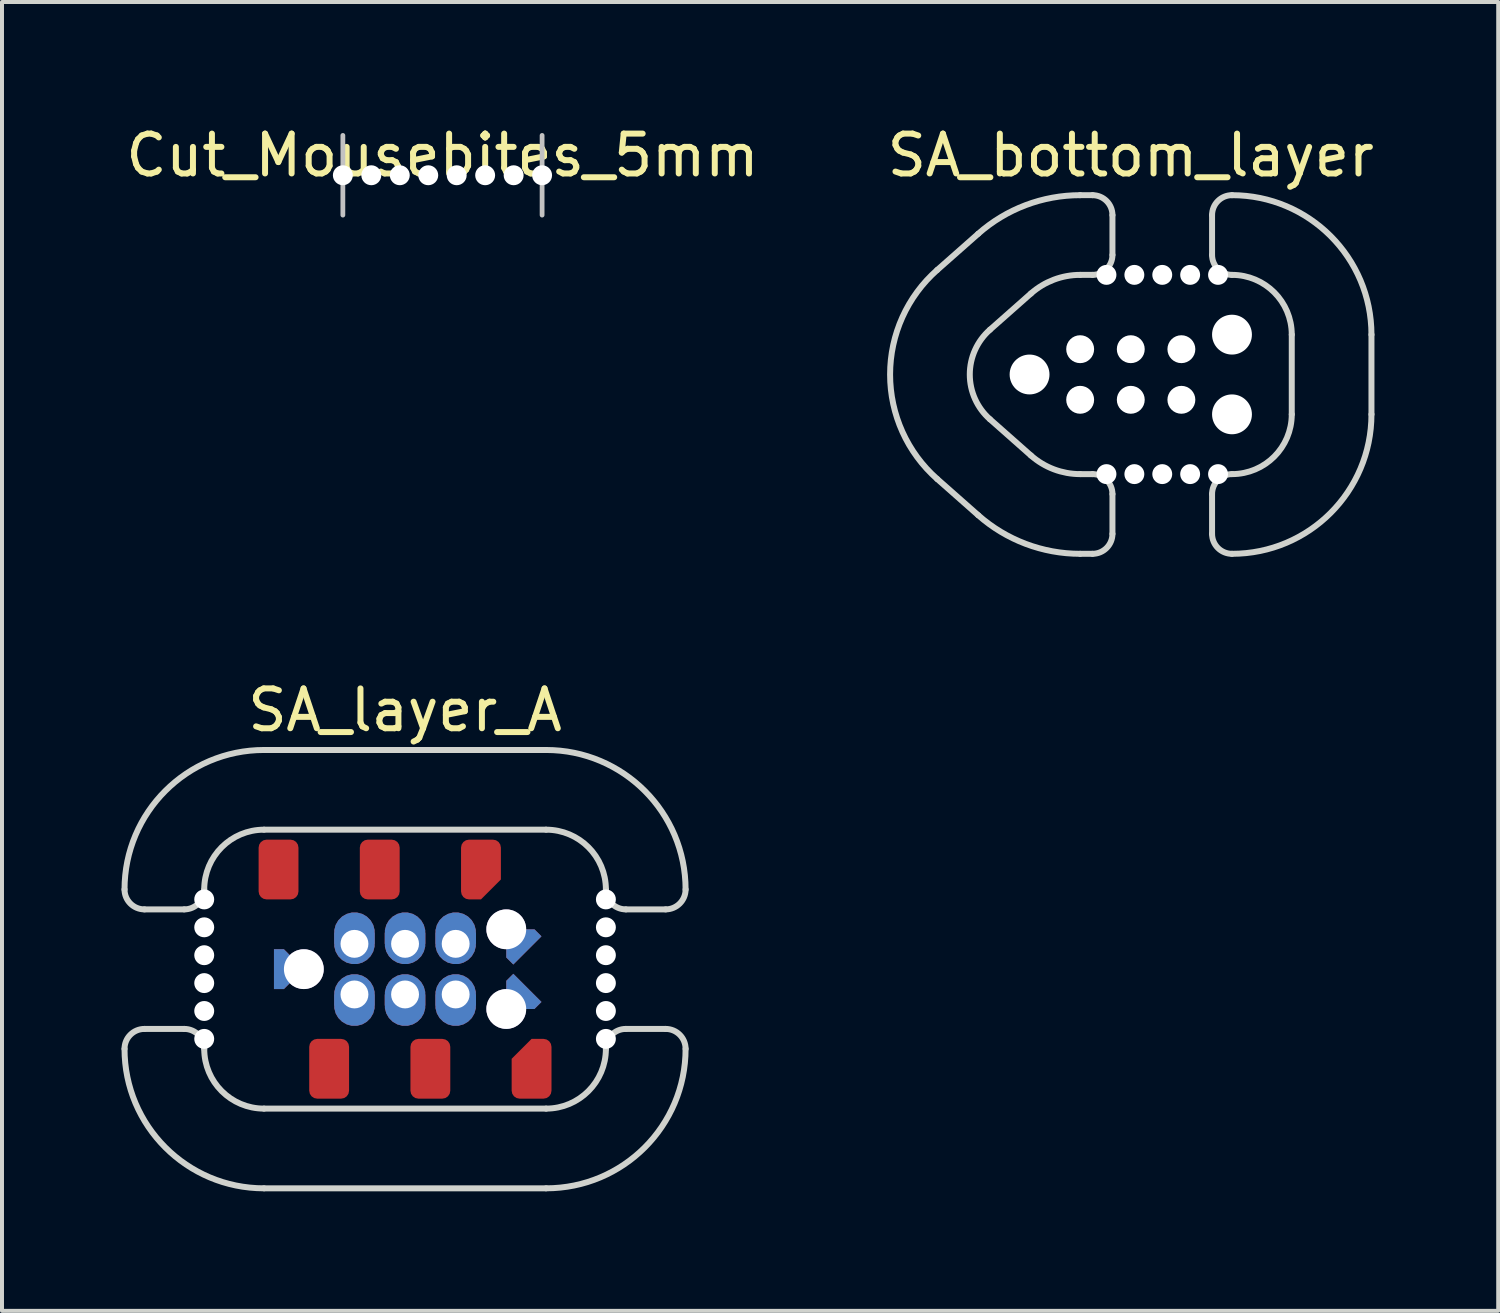
<source format=kicad_pcb>
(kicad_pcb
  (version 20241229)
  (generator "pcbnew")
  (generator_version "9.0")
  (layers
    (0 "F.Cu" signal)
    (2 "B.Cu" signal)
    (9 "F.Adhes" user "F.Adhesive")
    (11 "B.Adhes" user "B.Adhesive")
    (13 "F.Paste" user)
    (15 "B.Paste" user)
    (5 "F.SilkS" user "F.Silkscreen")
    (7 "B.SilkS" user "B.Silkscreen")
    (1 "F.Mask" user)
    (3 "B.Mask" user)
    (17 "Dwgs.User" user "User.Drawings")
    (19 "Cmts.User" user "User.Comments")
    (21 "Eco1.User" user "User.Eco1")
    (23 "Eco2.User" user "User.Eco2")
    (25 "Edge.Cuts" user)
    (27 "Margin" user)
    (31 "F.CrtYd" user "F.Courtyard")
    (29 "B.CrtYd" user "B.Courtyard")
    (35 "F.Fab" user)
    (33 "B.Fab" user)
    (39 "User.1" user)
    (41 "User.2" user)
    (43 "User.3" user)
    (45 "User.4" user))
  (footprint "Cut_Mousebites_5mm"
    (layer "F.Cu")
    (at 8.054 1.348)
    (property "Reference" "Cut_Mousebites_5mm" (at 0 -0.5 0) (unlocked yes) (layer "F.SilkS") (effects (font (size 1 1) (thickness 0.15))))
    (attr smd)
    (fp_line (start -2.5 -1) (end -2.5 1) (stroke (width 0.12) (type solid)) (layer "Dwgs.User"))
    (fp_line (start 2.5 -1) (end 2.5 1) (stroke (width 0.12) (type solid)) (layer "Dwgs.User"))
    (pad "" np_thru_hole circle (at -2.5 0) (size 0.5 0.5) (drill 0.5) (layers "*.Cu" "*.Mask"))
    (pad "" np_thru_hole circle (at -1.786 0) (size 0.5 0.5) (drill 0.5) (layers "*.Cu" "*.Mask"))
    (pad "" np_thru_hole circle (at -1.071 0) (size 0.5 0.5) (drill 0.5) (layers "*.Cu" "*.Mask"))
    (pad "" np_thru_hole circle (at -0.357 0) (size 0.5 0.5) (drill 0.5) (layers "*.Cu" "*.Mask"))
    (pad "" np_thru_hole circle (at 0.357 0) (size 0.5 0.5) (drill 0.5) (layers "*.Cu" "*.Mask"))
    (pad "" np_thru_hole circle (at 1.071 0) (size 0.5 0.5) (drill 0.5) (layers "*.Cu" "*.Mask"))
    (pad "" np_thru_hole circle (at 1.786 0) (size 0.5 0.5) (drill 0.5) (layers "*.Cu" "*.Mask"))
    (pad "" np_thru_hole circle (at 2.5 0) (size 0.5 0.5) (drill 0.5) (layers "*.Cu" "*.Mask")))
  (footprint "SA_bottom_layer"
    (layer "F.Cu")
    (at 25.327 6.348)
    (property "Reference" "SA_bottom_layer" (at 0 -5.5 0) (unlocked yes) (layer "F.SilkS") (effects (font (size 1 1) (thickness 0.15))))
    (attr smd)
    (fp_line (start -4.857 2.623) (end -3.829 3.531) (stroke (width 0.15) (type solid)) (layer "Edge.Cuts"))
    (fp_line (start -3.829 -3.531) (end -4.857 -2.623) (stroke (width 0.15) (type solid)) (layer "Edge.Cuts"))
    (fp_line (start -3.533 1.124) (end -2.505 2.033) (stroke (width 0.15) (type solid)) (layer "Edge.Cuts"))
    (fp_line (start -2.505 -2.033) (end -3.533 -1.124) (stroke (width 0.15) (type solid)) (layer "Edge.Cuts"))
    (fp_line (start -0.96 -4.5) (end -1.27 -4.5) (stroke (width 0.15) (type solid)) (layer "Edge.Cuts"))
    (fp_line (start -0.96 -2.5) (end -1.27 -2.5) (stroke (width 0.15) (type solid)) (layer "Edge.Cuts"))
    (fp_line (start -0.96 2.5) (end -1.27 2.5) (stroke (width 0.15) (type solid)) (layer "Edge.Cuts"))
    (fp_line (start -0.96 4.5) (end -1.27 4.5) (stroke (width 0.15) (type solid)) (layer "Edge.Cuts"))
    (fp_line (start -0.46 -3) (end -0.46 -4) (stroke (width 0.15) (type solid)) (layer "Edge.Cuts"))
    (fp_line (start -0.46 3) (end -0.46 4) (stroke (width 0.15) (type solid)) (layer "Edge.Cuts"))
    (fp_line (start 2.04 -3) (end 2.04 -4) (stroke (width 0.15) (type solid)) (layer "Edge.Cuts"))
    (fp_line (start 2.04 4) (end 2.04 3) (stroke (width 0.15) (type solid)) (layer "Edge.Cuts"))
    (fp_line (start 4.04 -1) (end 4.04 1) (stroke (width 0.15) (type solid)) (layer "Edge.Cuts"))
    (fp_line (start 6.04 1) (end 6.04 -1) (stroke (width 0.15) (type solid)) (layer "Edge.Cuts"))
    (fp_arc (start -4.857373 2.622934) (mid -6.04 0) (end -4.857373 -2.622934) (stroke (width 0.15) (type solid)) (layer "Edge.Cuts"))
    (fp_arc (start -3.829041 -3.531469) (mid -2.638096 -4.249767) (end -1.27 -4.5) (stroke (width 0.15) (type solid)) (layer "Edge.Cuts"))
    (fp_arc (start -3.53316 1.124115) (mid -4.04 0) (end -3.53316 -1.124115) (stroke (width 0.15) (type solid)) (layer "Edge.Cuts"))
    (fp_arc (start -2.504829 -2.032649) (mid -1.930155 -2.379254) (end -1.27 -2.5) (stroke (width 0.15) (type solid)) (layer "Edge.Cuts"))
    (fp_arc (start -1.27 2.5) (mid -1.930155 2.379254) (end -2.504829 2.032649) (stroke (width 0.15) (type solid)) (layer "Edge.Cuts"))
    (fp_arc (start -1.27 4.5) (mid -2.638096 4.249767) (end -3.829041 3.531469) (stroke (width 0.15) (type solid)) (layer "Edge.Cuts"))
    (fp_arc (start -0.96 -4.5) (mid -0.606447 -4.353553) (end -0.46 -4) (stroke (width 0.15) (type solid)) (layer "Edge.Cuts"))
    (fp_arc (start -0.96 2.5) (mid -0.606447 2.646447) (end -0.46 3) (stroke (width 0.15) (type solid)) (layer "Edge.Cuts"))
    (fp_arc (start -0.46 -3) (mid -0.606447 -2.646447) (end -0.96 -2.5) (stroke (width 0.15) (type solid)) (layer "Edge.Cuts"))
    (fp_arc (start -0.46 4) (mid -0.606447 4.353553) (end -0.96 4.5) (stroke (width 0.15) (type solid)) (layer "Edge.Cuts"))
    (fp_arc (start 2.04 -4) (mid 2.186447 -4.353553) (end 2.54 -4.5) (stroke (width 0.15) (type solid)) (layer "Edge.Cuts"))
    (fp_arc (start 2.04 3) (mid 2.186447 2.646447) (end 2.54 2.5) (stroke (width 0.15) (type solid)) (layer "Edge.Cuts"))
    (fp_arc (start 2.54 -4.5) (mid 5.014874 -3.474874) (end 6.04 -1) (stroke (width 0.15) (type solid)) (layer "Edge.Cuts"))
    (fp_arc (start 2.54 -2.5) (mid 2.186447 -2.646447) (end 2.04 -3) (stroke (width 0.15) (type solid)) (layer "Edge.Cuts"))
    (fp_arc (start 2.54 -2.5) (mid 3.60066 -2.06066) (end 4.04 -1) (stroke (width 0.15) (type solid)) (layer "Edge.Cuts"))
    (fp_arc (start 2.54 4.5) (mid 2.186447 4.353553) (end 2.04 4) (stroke (width 0.15) (type solid)) (layer "Edge.Cuts"))
    (fp_arc (start 4.04 1) (mid 3.60066 2.06066) (end 2.54 2.5) (stroke (width 0.15) (type solid)) (layer "Edge.Cuts"))
    (fp_arc (start 6.04 1) (mid 5.014874 3.474874) (end 2.54 4.5) (stroke (width 0.15) (type solid)) (layer "Edge.Cuts"))
    (pad "" np_thru_hole circle (at -2.54 0) (size 1 1) (drill 1) (layers "*.Cu" "*.Mask"))
    (pad "" np_thru_hole circle (at -1.27 -0.635) (size 0.7 0.7) (drill 0.7) (layers "*.Cu" "*.Mask"))
    (pad "" np_thru_hole circle (at -1.27 0.635) (size 0.7 0.7) (drill 0.7) (layers "*.Cu" "*.Mask"))
    (pad "" np_thru_hole circle (at -0.61 -2.5) (size 0.5 0.5) (drill 0.5) (layers "*.Cu" "*.Mask"))
    (pad "" np_thru_hole circle (at -0.61 2.5 180) (size 0.5 0.5) (drill 0.5) (layers "*.Cu" "*.Mask"))
    (pad "" np_thru_hole circle (at 0 -0.635) (size 0.7 0.7) (drill 0.7) (layers "*.Cu" "*.Mask"))
    (pad "" np_thru_hole circle (at 0 0.635) (size 0.7 0.7) (drill 0.7) (layers "*.Cu" "*.Mask"))
    (pad "" np_thru_hole circle (at 0.09 -2.5) (size 0.5 0.5) (drill 0.5) (layers "*.Cu" "*.Mask"))
    (pad "" np_thru_hole circle (at 0.09 2.5 180) (size 0.5 0.5) (drill 0.5) (layers "*.Cu" "*.Mask"))
    (pad "" np_thru_hole circle (at 0.79 -2.5) (size 0.5 0.5) (drill 0.5) (layers "*.Cu" "*.Mask"))
    (pad "" np_thru_hole circle (at 0.79 2.5 180) (size 0.5 0.5) (drill 0.5) (layers "*.Cu" "*.Mask"))
    (pad "" np_thru_hole circle (at 1.27 -0.635) (size 0.7 0.7) (drill 0.7) (layers "*.Cu" "*.Mask"))
    (pad "" np_thru_hole circle (at 1.27 0.635) (size 0.7 0.7) (drill 0.7) (layers "*.Cu" "*.Mask"))
    (pad "" np_thru_hole circle (at 1.49 -2.5) (size 0.5 0.5) (drill 0.5) (layers "*.Cu" "*.Mask"))
    (pad "" np_thru_hole circle (at 1.49 2.5 180) (size 0.5 0.5) (drill 0.5) (layers "*.Cu" "*.Mask"))
    (pad "" np_thru_hole circle (at 2.19 -2.5) (size 0.5 0.5) (drill 0.5) (layers "*.Cu" "*.Mask"))
    (pad "" np_thru_hole circle (at 2.19 2.5 180) (size 0.5 0.5) (drill 0.5) (layers "*.Cu" "*.Mask"))
    (pad "" np_thru_hole circle (at 2.54 -1) (size 1 1) (drill 1) (layers "*.Cu" "*.Mask"))
    (pad "" np_thru_hole circle (at 2.54 1) (size 1 1) (drill 1) (layers "*.Cu" "*.Mask")))
  (footprint "SA_layer_A"
    (layer "F.Cu")
    (at 7.115 21.271)
    (property "Reference" "SA_layer_A" (at 0 -6.5 0) (unlocked yes) (layer "F.SilkS") (effects (font (size 1 1) (thickness 0.15))))
    (attr smd)
    (fp_line (start -6.54 -1.5) (end -5.54 -1.5) (stroke (width 0.15) (type solid)) (layer "Edge.Cuts"))
    (fp_line (start -5.54 1.5) (end -6.54 1.5) (stroke (width 0.15) (type solid)) (layer "Edge.Cuts"))
    (fp_line (start 3.54 -5.5) (end -3.54 -5.5) (stroke (width 0.15) (type solid)) (layer "Edge.Cuts"))
    (fp_line (start 3.54 -3.5) (end -3.54 -3.5) (stroke (width 0.15) (type solid)) (layer "Edge.Cuts"))
    (fp_line (start 3.54 3.5) (end -3.54 3.5) (stroke (width 0.15) (type solid)) (layer "Edge.Cuts"))
    (fp_line (start 3.54 5.5) (end -3.54 5.5) (stroke (width 0.15) (type solid)) (layer "Edge.Cuts"))
    (fp_line (start 5.54 -1.5) (end 6.54 -1.5) (stroke (width 0.15) (type solid)) (layer "Edge.Cuts"))
    (fp_line (start 6.54 1.5) (end 5.54 1.5) (stroke (width 0.15) (type solid)) (layer "Edge.Cuts"))
    (fp_arc (start -7.04 -2) (mid -6.014874 -4.474874) (end -3.54 -5.5) (stroke (width 0.15) (type solid)) (layer "Edge.Cuts"))
    (fp_arc (start -7.04 2) (mid -6.893553 1.646447) (end -6.54 1.5) (stroke (width 0.15) (type solid)) (layer "Edge.Cuts"))
    (fp_arc (start -6.54 -1.5) (mid -6.893553 -1.646447) (end -7.04 -2) (stroke (width 0.15) (type solid)) (layer "Edge.Cuts"))
    (fp_arc (start -5.54 1.5) (mid -5.186447 1.646447) (end -5.04 2) (stroke (width 0.15) (type solid)) (layer "Edge.Cuts"))
    (fp_arc (start -5.04 -2) (mid -5.186447 -1.646447) (end -5.54 -1.5) (stroke (width 0.15) (type solid)) (layer "Edge.Cuts"))
    (fp_arc (start -5.04 -2) (mid -4.60066 -3.06066) (end -3.54 -3.5) (stroke (width 0.15) (type solid)) (layer "Edge.Cuts"))
    (fp_arc (start -3.54 3.5) (mid -4.60066 3.06066) (end -5.04 2) (stroke (width 0.15) (type solid)) (layer "Edge.Cuts"))
    (fp_arc (start -3.54 5.5) (mid -6.014874 4.474874) (end -7.04 2) (stroke (width 0.15) (type solid)) (layer "Edge.Cuts"))
    (fp_arc (start 3.54 -5.5) (mid 6.014874 -4.474874) (end 7.04 -2) (stroke (width 0.15) (type solid)) (layer "Edge.Cuts"))
    (fp_arc (start 3.54 -3.5) (mid 4.60066 -3.06066) (end 5.04 -2) (stroke (width 0.15) (type solid)) (layer "Edge.Cuts"))
    (fp_arc (start 5.04 2) (mid 4.60066 3.06066) (end 3.54 3.5) (stroke (width 0.15) (type solid)) (layer "Edge.Cuts"))
    (fp_arc (start 5.04 2) (mid 5.186447 1.646447) (end 5.54 1.5) (stroke (width 0.15) (type solid)) (layer "Edge.Cuts"))
    (fp_arc (start 5.54 -1.5) (mid 5.186447 -1.646447) (end 5.04 -2) (stroke (width 0.15) (type solid)) (layer "Edge.Cuts"))
    (fp_arc (start 6.54 1.5) (mid 6.893553 1.646447) (end 7.04 2) (stroke (width 0.15) (type solid)) (layer "Edge.Cuts"))
    (fp_arc (start 7.04 -2) (mid 6.893553 -1.646447) (end 6.54 -1.5) (stroke (width 0.15) (type solid)) (layer "Edge.Cuts"))
    (fp_arc (start 7.04 2) (mid 6.014874 4.474874) (end 3.54 5.5) (stroke (width 0.15) (type solid)) (layer "Edge.Cuts"))
    (pad "" np_thru_hole circle (at -5.04 -1.75 180) (size 0.5 0.5) (drill 0.5) (layers "*.Cu" "*.Mask"))
    (pad "" np_thru_hole circle (at -5.04 -1.05 180) (size 0.5 0.5) (drill 0.5) (layers "*.Cu" "*.Mask"))
    (pad "" np_thru_hole circle (at -5.04 -0.35 180) (size 0.5 0.5) (drill 0.5) (layers "*.Cu" "*.Mask"))
    (pad "" np_thru_hole circle (at -5.04 0.35 180) (size 0.5 0.5) (drill 0.5) (layers "*.Cu" "*.Mask"))
    (pad "" np_thru_hole circle (at -5.04 1.05 180) (size 0.5 0.5) (drill 0.5) (layers "*.Cu" "*.Mask"))
    (pad "" np_thru_hole circle (at -5.04 1.75 180) (size 0.5 0.5) (drill 0.5) (layers "*.Cu" "*.Mask"))
    (pad "" np_thru_hole circle (at 5.04 -1.75) (size 0.5 0.5) (drill 0.5) (layers "*.Cu" "*.Mask"))
    (pad "" np_thru_hole circle (at 5.04 -1.05) (size 0.5 0.5) (drill 0.5) (layers "*.Cu" "*.Mask"))
    (pad "" np_thru_hole circle (at 5.04 -0.35) (size 0.5 0.5) (drill 0.5) (layers "*.Cu" "*.Mask"))
    (pad "" np_thru_hole circle (at 5.04 0.35) (size 0.5 0.5) (drill 0.5) (layers "*.Cu" "*.Mask"))
    (pad "" np_thru_hole circle (at 5.04 1.05) (size 0.5 0.5) (drill 0.5) (layers "*.Cu" "*.Mask"))
    (pad "" np_thru_hole circle (at 5.04 1.75) (size 0.5 0.5) (drill 0.5) (layers "*.Cu" "*.Mask"))
    (pad "1" smd roundrect (at -1.905 2.5 90) (size 1.5 1) (layers "F.Cu" "F.Mask" "F.Paste") (roundrect_rratio 0.2))
    (pad "1" thru_hole custom (at -1.27 0.635 270) (size 1.02 1.02) (drill 0.7) (layers "*.Cu" "*.Mask") (options (anchor circle)) (primitives (gr_circle (center 0.28 0) (end 0.79 0) (width 0) (fill yes)) (gr_poly (pts (xy 0 0.51) (xy 0.28 0.51) (xy 0.28 -0.51) (xy 0 -0.51)) (width 0) (fill yes))))
    (pad "2" smd roundrect (at -3.175 -2.5 90) (size 1.5 1) (layers "F.Cu" "F.Mask" "F.Paste") (roundrect_rratio 0.2))
    (pad "2" thru_hole custom (at -1.27 -0.635 90) (size 1.02 1.02) (drill 0.7) (layers "*.Cu" "*.Mask") (options (anchor circle)) (primitives (gr_circle (center 0.28 0) (end 0.79 0) (width 0) (fill yes)) (gr_poly (pts (xy 0 0.51) (xy 0.28 0.51) (xy 0.28 -0.51) (xy 0 -0.51)) (width 0) (fill yes))))
    (pad "3" thru_hole custom (at 0 0.635 270) (size 1.02 1.02) (drill 0.7) (layers "*.Cu" "*.Mask") (options (anchor circle)) (primitives (gr_circle (center 0.28 0) (end 0.79 0) (width 0) (fill yes)) (gr_poly (pts (xy 0 0.51) (xy 0.28 0.51) (xy 0.28 -0.51) (xy 0 -0.51)) (width 0) (fill yes))))
    (pad "3" smd roundrect (at 0.635 2.5 90) (size 1.5 1) (layers "F.Cu" "F.Mask" "F.Paste") (roundrect_rratio 0.2))
    (pad "4" smd roundrect (at -0.635 -2.5 90) (size 1.5 1) (layers "F.Cu" "F.Mask" "F.Paste") (roundrect_rratio 0.2))
    (pad "4" thru_hole custom (at 0 -0.635 90) (size 1.02 1.02) (drill 0.7) (layers "*.Cu" "*.Mask") (options (anchor circle)) (primitives (gr_circle (center 0.28 0) (end 0.79 0) (width 0) (fill yes)) (gr_poly (pts (xy 0 0.51) (xy 0.28 0.51) (xy 0.28 -0.51) (xy 0 -0.51)) (width 0) (fill yes))))
    (pad "5" thru_hole custom (at 1.27 0.635 270) (size 1.02 1.02) (drill 0.7) (layers "*.Cu" "*.Mask") (options (anchor circle)) (primitives (gr_circle (center 0.28 0) (end 0.79 0) (width 0) (fill yes)) (gr_poly (pts (xy 0 0.51) (xy 0.28 0.51) (xy 0.28 -0.51) (xy 0 -0.51)) (width 0) (fill yes))))
    (pad "5" smd roundrect (at 3.175 2.5 90) (size 1.5 1) (layers "F.Cu" "F.Mask" "F.Paste") (roundrect_rratio 0.2) (chamfer_ratio 0.5) (chamfer top_right))
    (pad "6" thru_hole custom (at 1.27 -0.635 90) (size 1.02 1.02) (drill 0.7) (layers "*.Cu" "*.Mask") (options (anchor circle)) (primitives (gr_circle (center 0.28 0) (end 0.79 0) (width 0) (fill yes)) (gr_poly (pts (xy 0 0.51) (xy 0.28 0.51) (xy 0.28 -0.51) (xy 0 -0.51)) (width 0) (fill yes))))
    (pad "6" smd roundrect (at 1.905 -2.5 90) (size 1.5 1) (layers "F.Cu" "F.Mask" "F.Paste") (roundrect_rratio 0.2) (chamfer_ratio 0.5) (chamfer bottom_left))
    (pad "MP" thru_hole custom (at -2.54 0 180) (size 1 1) (drill 1) (layers "*.Cu" "*.Mask") (options (anchor circle)) (primitives (gr_poly (pts (xy 0 0) (xy 0.5 0.5) (xy 0.75 0.5) (xy 0.75 -0.5) (xy 0.5 -0.5)) (width 0) (fill yes))))
    (pad "MP" thru_hole custom (at 2.54 -1 315) (size 1 1) (drill 1) (layers "*.Cu" "*.Mask") (options (anchor circle)) (primitives (gr_poly (pts (xy 0 0) (xy 0.5 0.5) (xy 0.75 0.5) (xy 0.75 -0.5) (xy 0.5 -0.5)) (width 0) (fill yes))))
    (pad "MP" thru_hole custom (at 2.54 1 45) (size 1 1) (drill 1) (layers "*.Cu" "*.Mask") (options (anchor circle)) (primitives (gr_poly (pts (xy 0 0) (xy 0.5 0.5) (xy 0.75 0.5) (xy 0.75 -0.5) (xy 0.5 -0.5)) (width 0) (fill yes)))))
  (gr_rect
    (start -3 -3)
    (end 34.548 29.846)
    (stroke (width 0.1) (type default))
    (fill no)
    (layer "Edge.Cuts")))
</source>
